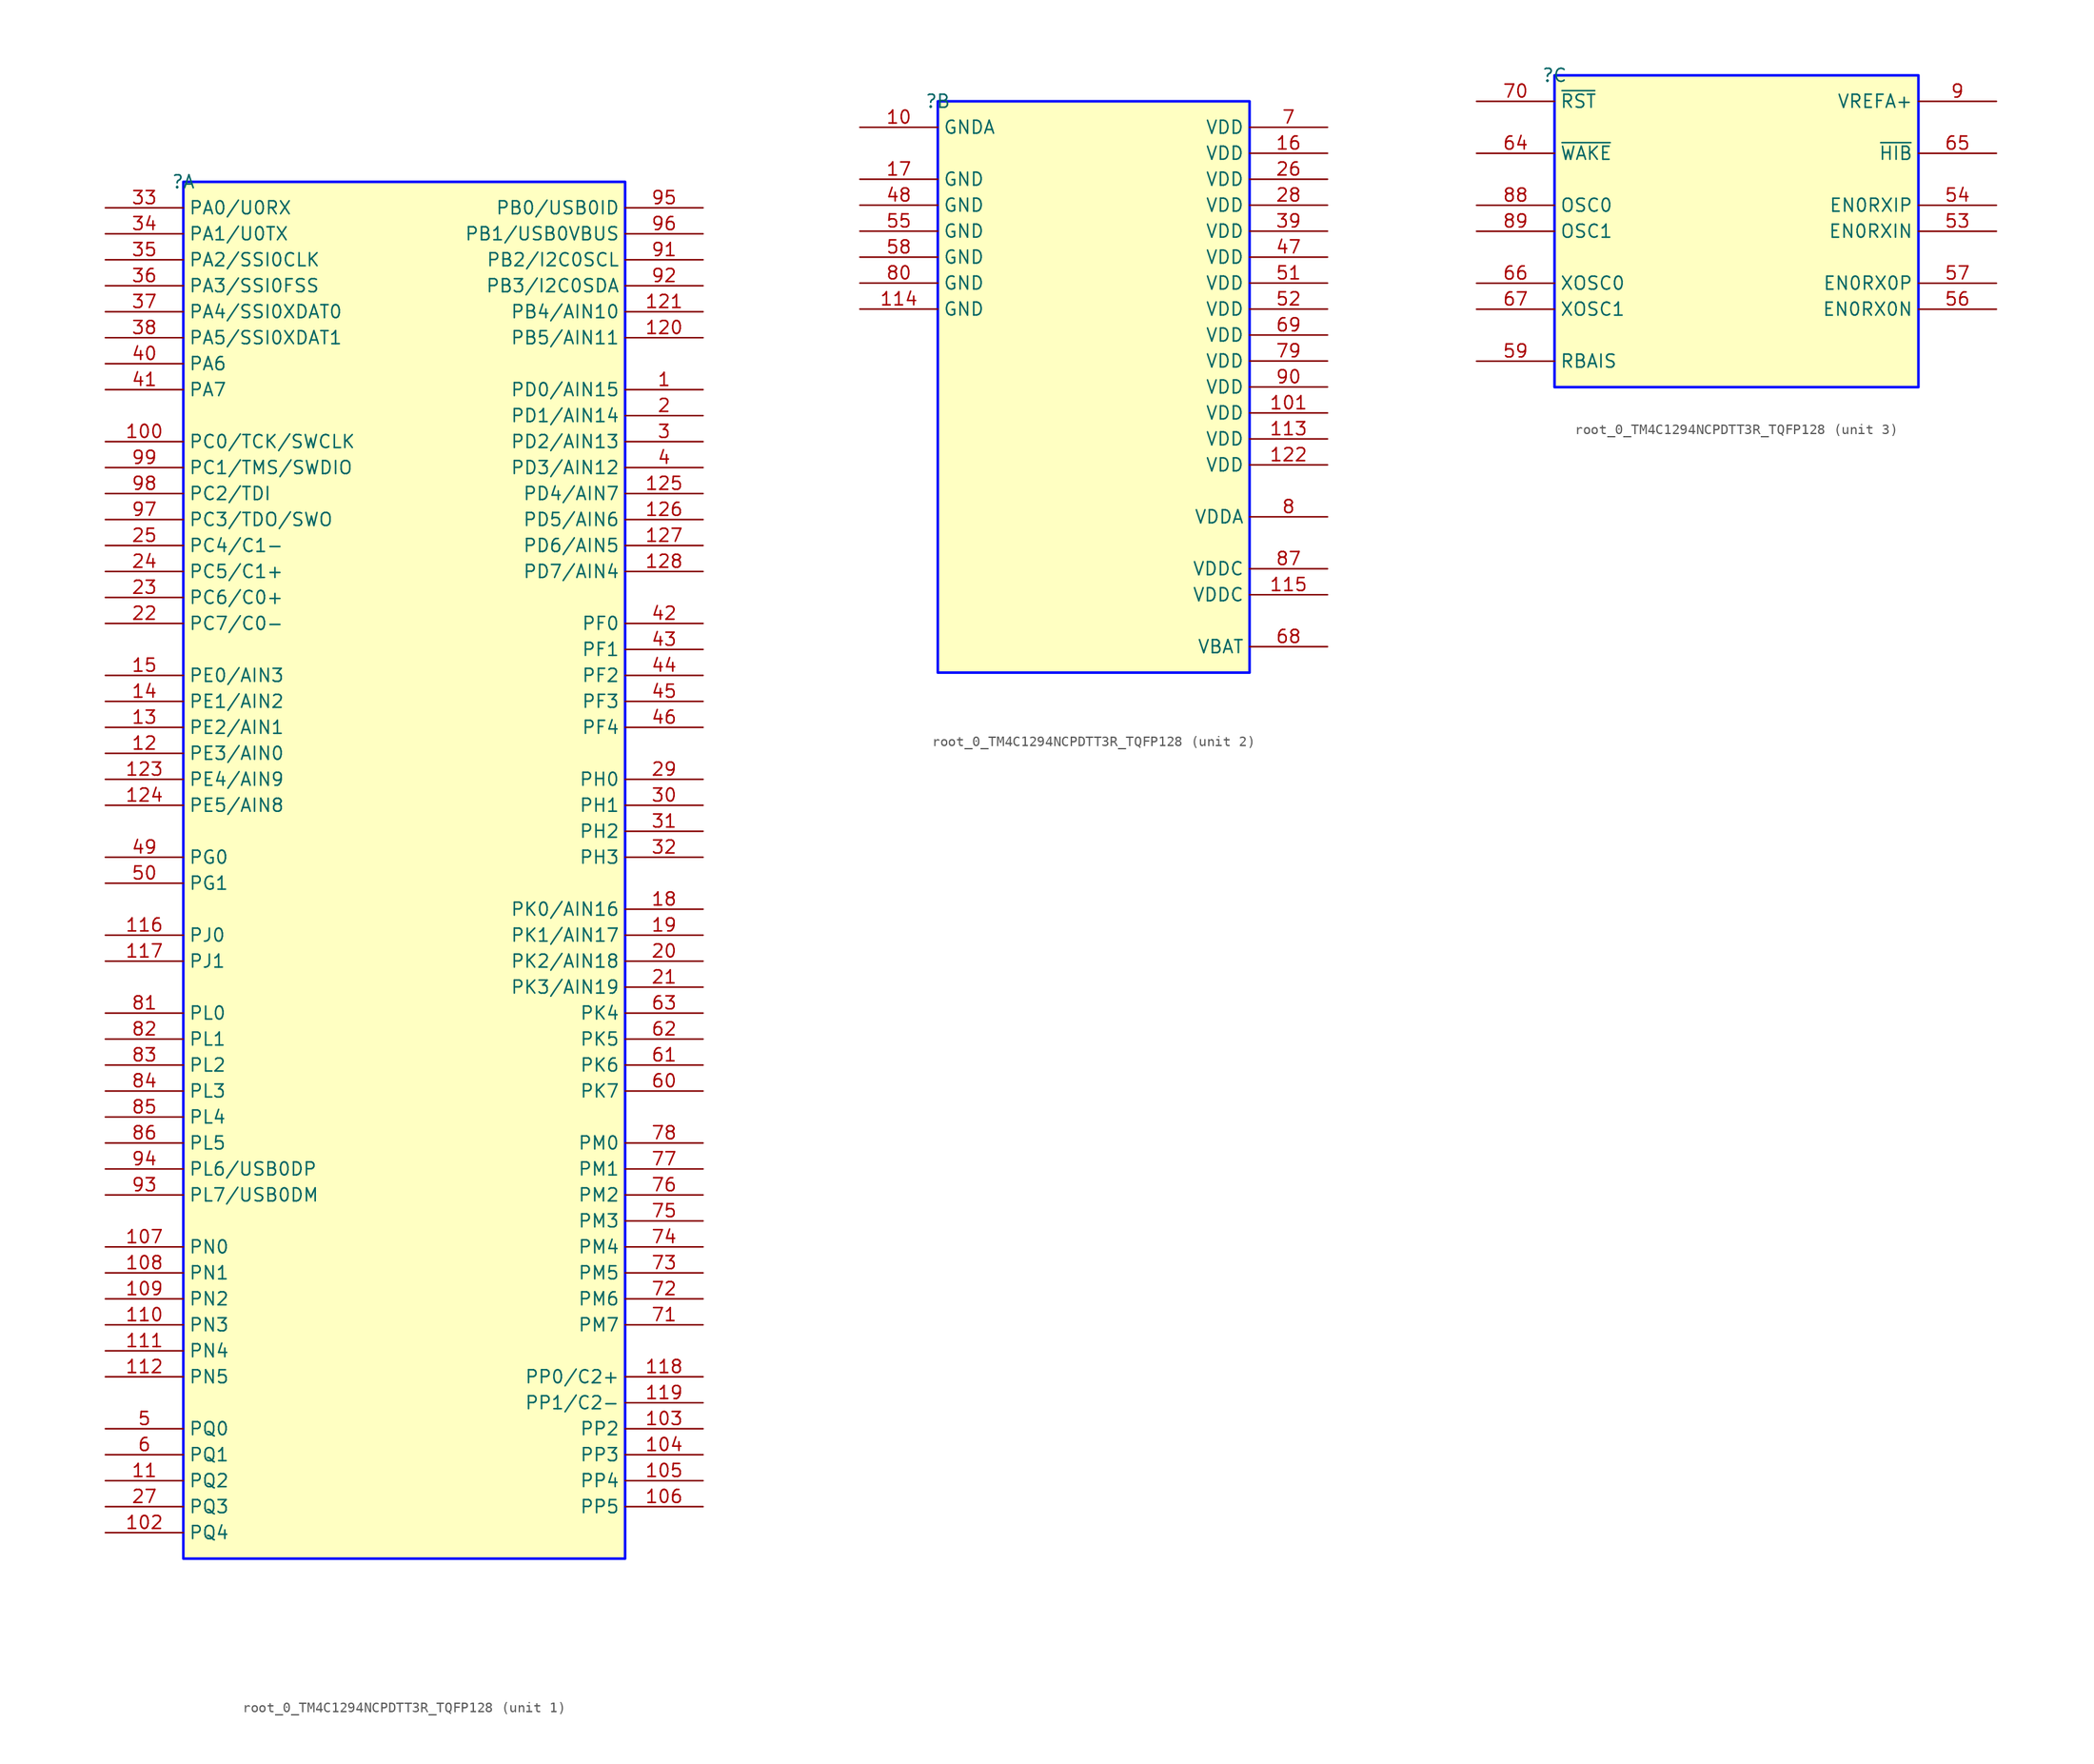
<source format=kicad_sym>
(kicad_symbol_lib
  (version 20231120)
  (generator "kicad_symbol_editor")
  (generator_version "8.0")
  (symbol "root_0_TM4C1294NCPDTT3R_TQFP128"
    (property "Reference" ""
      (at 0 0 0)
      (effects (font (size 1.27 1.27))))
    (property "Value" ""
      (at 0 0 0)
      (effects (font (size 1.27 1.27))))
    (symbol "root_0_TM4C1294NCPDTT3R_TQFP128_1_0"
      (rectangle (start 43.18 0) (end 0 -134.62) (stroke (width 0.254) (type solid) (color 0 11 255 1)) (fill (type background)))
      (pin bidirectional line (at 50.8 -20.32 180) (length 7.62) (name "PD0/AIN15" (effects (font (size 1.27 1.27)))) (number "1" (effects (font (size 1.27 1.27)))))
      (pin bidirectional line (at -7.62 -25.4 0) (length 7.62) (name "PC0/TCK/SWCLK" (effects (font (size 1.27 1.27)))) (number "100" (effects (font (size 1.27 1.27)))))
      (pin bidirectional line (at -7.62 -132.08 0) (length 7.62) (name "PQ4" (effects (font (size 1.27 1.27)))) (number "102" (effects (font (size 1.27 1.27)))))
      (pin bidirectional line (at 50.8 -121.92 180) (length 7.62) (name "PP2" (effects (font (size 1.27 1.27)))) (number "103" (effects (font (size 1.27 1.27)))))
      (pin bidirectional line (at 50.8 -124.46 180) (length 7.62) (name "PP3" (effects (font (size 1.27 1.27)))) (number "104" (effects (font (size 1.27 1.27)))))
      (pin bidirectional line (at 50.8 -127 180) (length 7.62) (name "PP4" (effects (font (size 1.27 1.27)))) (number "105" (effects (font (size 1.27 1.27)))))
      (pin bidirectional line (at 50.8 -129.54 180) (length 7.62) (name "PP5" (effects (font (size 1.27 1.27)))) (number "106" (effects (font (size 1.27 1.27)))))
      (pin bidirectional line (at -7.62 -104.14 0) (length 7.62) (name "PN0" (effects (font (size 1.27 1.27)))) (number "107" (effects (font (size 1.27 1.27)))))
      (pin bidirectional line (at -7.62 -106.68 0) (length 7.62) (name "PN1" (effects (font (size 1.27 1.27)))) (number "108" (effects (font (size 1.27 1.27)))))
      (pin bidirectional line (at -7.62 -109.22 0) (length 7.62) (name "PN2" (effects (font (size 1.27 1.27)))) (number "109" (effects (font (size 1.27 1.27)))))
      (pin bidirectional line (at -7.62 -127 0) (length 7.62) (name "PQ2" (effects (font (size 1.27 1.27)))) (number "11" (effects (font (size 1.27 1.27)))))
      (pin bidirectional line (at -7.62 -111.76 0) (length 7.62) (name "PN3" (effects (font (size 1.27 1.27)))) (number "110" (effects (font (size 1.27 1.27)))))
      (pin bidirectional line (at -7.62 -114.3 0) (length 7.62) (name "PN4" (effects (font (size 1.27 1.27)))) (number "111" (effects (font (size 1.27 1.27)))))
      (pin bidirectional line (at -7.62 -116.84 0) (length 7.62) (name "PN5" (effects (font (size 1.27 1.27)))) (number "112" (effects (font (size 1.27 1.27)))))
      (pin bidirectional line (at -7.62 -73.66 0) (length 7.62) (name "PJ0" (effects (font (size 1.27 1.27)))) (number "116" (effects (font (size 1.27 1.27)))))
      (pin bidirectional line (at -7.62 -76.2 0) (length 7.62) (name "PJ1" (effects (font (size 1.27 1.27)))) (number "117" (effects (font (size 1.27 1.27)))))
      (pin bidirectional line (at 50.8 -116.84 180) (length 7.62) (name "PP0/C2+" (effects (font (size 1.27 1.27)))) (number "118" (effects (font (size 1.27 1.27)))))
      (pin bidirectional line (at 50.8 -119.38 180) (length 7.62) (name "PP1/C2-" (effects (font (size 1.27 1.27)))) (number "119" (effects (font (size 1.27 1.27)))))
      (pin bidirectional line (at -7.62 -55.88 0) (length 7.62) (name "PE3/AIN0" (effects (font (size 1.27 1.27)))) (number "12" (effects (font (size 1.27 1.27)))))
      (pin bidirectional line (at 50.8 -15.24 180) (length 7.62) (name "PB5/AIN11" (effects (font (size 1.27 1.27)))) (number "120" (effects (font (size 1.27 1.27)))))
      (pin bidirectional line (at 50.8 -12.7 180) (length 7.62) (name "PB4/AIN10" (effects (font (size 1.27 1.27)))) (number "121" (effects (font (size 1.27 1.27)))))
      (pin bidirectional line (at -7.62 -58.42 0) (length 7.62) (name "PE4/AIN9" (effects (font (size 1.27 1.27)))) (number "123" (effects (font (size 1.27 1.27)))))
      (pin bidirectional line (at -7.62 -60.96 0) (length 7.62) (name "PE5/AIN8" (effects (font (size 1.27 1.27)))) (number "124" (effects (font (size 1.27 1.27)))))
      (pin bidirectional line (at 50.8 -30.48 180) (length 7.62) (name "PD4/AIN7" (effects (font (size 1.27 1.27)))) (number "125" (effects (font (size 1.27 1.27)))))
      (pin bidirectional line (at 50.8 -33.02 180) (length 7.62) (name "PD5/AIN6" (effects (font (size 1.27 1.27)))) (number "126" (effects (font (size 1.27 1.27)))))
      (pin bidirectional line (at 50.8 -35.56 180) (length 7.62) (name "PD6/AIN5" (effects (font (size 1.27 1.27)))) (number "127" (effects (font (size 1.27 1.27)))))
      (pin bidirectional line (at 50.8 -38.1 180) (length 7.62) (name "PD7/AIN4" (effects (font (size 1.27 1.27)))) (number "128" (effects (font (size 1.27 1.27)))))
      (pin bidirectional line (at -7.62 -53.34 0) (length 7.62) (name "PE2/AIN1" (effects (font (size 1.27 1.27)))) (number "13" (effects (font (size 1.27 1.27)))))
      (pin bidirectional line (at -7.62 -50.8 0) (length 7.62) (name "PE1/AIN2" (effects (font (size 1.27 1.27)))) (number "14" (effects (font (size 1.27 1.27)))))
      (pin bidirectional line (at -7.62 -48.26 0) (length 7.62) (name "PE0/AIN3" (effects (font (size 1.27 1.27)))) (number "15" (effects (font (size 1.27 1.27)))))
      (pin bidirectional line (at 50.8 -71.12 180) (length 7.62) (name "PK0/AIN16" (effects (font (size 1.27 1.27)))) (number "18" (effects (font (size 1.27 1.27)))))
      (pin bidirectional line (at 50.8 -73.66 180) (length 7.62) (name "PK1/AIN17" (effects (font (size 1.27 1.27)))) (number "19" (effects (font (size 1.27 1.27)))))
      (pin bidirectional line (at 50.8 -22.86 180) (length 7.62) (name "PD1/AIN14" (effects (font (size 1.27 1.27)))) (number "2" (effects (font (size 1.27 1.27)))))
      (pin bidirectional line (at 50.8 -76.2 180) (length 7.62) (name "PK2/AIN18" (effects (font (size 1.27 1.27)))) (number "20" (effects (font (size 1.27 1.27)))))
      (pin bidirectional line (at 50.8 -78.74 180) (length 7.62) (name "PK3/AIN19" (effects (font (size 1.27 1.27)))) (number "21" (effects (font (size 1.27 1.27)))))
      (pin bidirectional line (at -7.62 -43.18 0) (length 7.62) (name "PC7/C0-" (effects (font (size 1.27 1.27)))) (number "22" (effects (font (size 1.27 1.27)))))
      (pin bidirectional line (at -7.62 -40.64 0) (length 7.62) (name "PC6/C0+" (effects (font (size 1.27 1.27)))) (number "23" (effects (font (size 1.27 1.27)))))
      (pin bidirectional line (at -7.62 -38.1 0) (length 7.62) (name "PC5/C1+" (effects (font (size 1.27 1.27)))) (number "24" (effects (font (size 1.27 1.27)))))
      (pin bidirectional line (at -7.62 -35.56 0) (length 7.62) (name "PC4/C1-" (effects (font (size 1.27 1.27)))) (number "25" (effects (font (size 1.27 1.27)))))
      (pin bidirectional line (at -7.62 -129.54 0) (length 7.62) (name "PQ3" (effects (font (size 1.27 1.27)))) (number "27" (effects (font (size 1.27 1.27)))))
      (pin bidirectional line (at 50.8 -58.42 180) (length 7.62) (name "PH0" (effects (font (size 1.27 1.27)))) (number "29" (effects (font (size 1.27 1.27)))))
      (pin bidirectional line (at 50.8 -25.4 180) (length 7.62) (name "PD2/AIN13" (effects (font (size 1.27 1.27)))) (number "3" (effects (font (size 1.27 1.27)))))
      (pin bidirectional line (at 50.8 -60.96 180) (length 7.62) (name "PH1" (effects (font (size 1.27 1.27)))) (number "30" (effects (font (size 1.27 1.27)))))
      (pin bidirectional line (at 50.8 -63.5 180) (length 7.62) (name "PH2" (effects (font (size 1.27 1.27)))) (number "31" (effects (font (size 1.27 1.27)))))
      (pin bidirectional line (at 50.8 -66.04 180) (length 7.62) (name "PH3" (effects (font (size 1.27 1.27)))) (number "32" (effects (font (size 1.27 1.27)))))
      (pin bidirectional line (at -7.62 -2.54 0) (length 7.62) (name "PA0/U0RX" (effects (font (size 1.27 1.27)))) (number "33" (effects (font (size 1.27 1.27)))))
      (pin bidirectional line (at -7.62 -5.08 0) (length 7.62) (name "PA1/U0TX" (effects (font (size 1.27 1.27)))) (number "34" (effects (font (size 1.27 1.27)))))
      (pin bidirectional line (at -7.62 -7.62 0) (length 7.62) (name "PA2/SSI0CLK" (effects (font (size 1.27 1.27)))) (number "35" (effects (font (size 1.27 1.27)))))
      (pin bidirectional line (at -7.62 -10.16 0) (length 7.62) (name "PA3/SSI0FSS" (effects (font (size 1.27 1.27)))) (number "36" (effects (font (size 1.27 1.27)))))
      (pin bidirectional line (at -7.62 -12.7 0) (length 7.62) (name "PA4/SSI0XDAT0" (effects (font (size 1.27 1.27)))) (number "37" (effects (font (size 1.27 1.27)))))
      (pin bidirectional line (at -7.62 -15.24 0) (length 7.62) (name "PA5/SSI0XDAT1" (effects (font (size 1.27 1.27)))) (number "38" (effects (font (size 1.27 1.27)))))
      (pin bidirectional line (at 50.8 -27.94 180) (length 7.62) (name "PD3/AIN12" (effects (font (size 1.27 1.27)))) (number "4" (effects (font (size 1.27 1.27)))))
      (pin bidirectional line (at -7.62 -17.78 0) (length 7.62) (name "PA6" (effects (font (size 1.27 1.27)))) (number "40" (effects (font (size 1.27 1.27)))))
      (pin bidirectional line (at -7.62 -20.32 0) (length 7.62) (name "PA7" (effects (font (size 1.27 1.27)))) (number "41" (effects (font (size 1.27 1.27)))))
      (pin bidirectional line (at 50.8 -43.18 180) (length 7.62) (name "PF0" (effects (font (size 1.27 1.27)))) (number "42" (effects (font (size 1.27 1.27)))))
      (pin bidirectional line (at 50.8 -45.72 180) (length 7.62) (name "PF1" (effects (font (size 1.27 1.27)))) (number "43" (effects (font (size 1.27 1.27)))))
      (pin bidirectional line (at 50.8 -48.26 180) (length 7.62) (name "PF2" (effects (font (size 1.27 1.27)))) (number "44" (effects (font (size 1.27 1.27)))))
      (pin bidirectional line (at 50.8 -50.8 180) (length 7.62) (name "PF3" (effects (font (size 1.27 1.27)))) (number "45" (effects (font (size 1.27 1.27)))))
      (pin bidirectional line (at 50.8 -53.34 180) (length 7.62) (name "PF4" (effects (font (size 1.27 1.27)))) (number "46" (effects (font (size 1.27 1.27)))))
      (pin bidirectional line (at -7.62 -66.04 0) (length 7.62) (name "PG0" (effects (font (size 1.27 1.27)))) (number "49" (effects (font (size 1.27 1.27)))))
      (pin bidirectional line (at -7.62 -121.92 0) (length 7.62) (name "PQ0" (effects (font (size 1.27 1.27)))) (number "5" (effects (font (size 1.27 1.27)))))
      (pin bidirectional line (at -7.62 -68.58 0) (length 7.62) (name "PG1" (effects (font (size 1.27 1.27)))) (number "50" (effects (font (size 1.27 1.27)))))
      (pin bidirectional line (at -7.62 -124.46 0) (length 7.62) (name "PQ1" (effects (font (size 1.27 1.27)))) (number "6" (effects (font (size 1.27 1.27)))))
      (pin bidirectional line (at 50.8 -88.9 180) (length 7.62) (name "PK7" (effects (font (size 1.27 1.27)))) (number "60" (effects (font (size 1.27 1.27)))))
      (pin bidirectional line (at 50.8 -86.36 180) (length 7.62) (name "PK6" (effects (font (size 1.27 1.27)))) (number "61" (effects (font (size 1.27 1.27)))))
      (pin bidirectional line (at 50.8 -83.82 180) (length 7.62) (name "PK5" (effects (font (size 1.27 1.27)))) (number "62" (effects (font (size 1.27 1.27)))))
      (pin bidirectional line (at 50.8 -81.28 180) (length 7.62) (name "PK4" (effects (font (size 1.27 1.27)))) (number "63" (effects (font (size 1.27 1.27)))))
      (pin bidirectional line (at 50.8 -111.76 180) (length 7.62) (name "PM7" (effects (font (size 1.27 1.27)))) (number "71" (effects (font (size 1.27 1.27)))))
      (pin bidirectional line (at 50.8 -109.22 180) (length 7.62) (name "PM6" (effects (font (size 1.27 1.27)))) (number "72" (effects (font (size 1.27 1.27)))))
      (pin bidirectional line (at 50.8 -106.68 180) (length 7.62) (name "PM5" (effects (font (size 1.27 1.27)))) (number "73" (effects (font (size 1.27 1.27)))))
      (pin bidirectional line (at 50.8 -104.14 180) (length 7.62) (name "PM4" (effects (font (size 1.27 1.27)))) (number "74" (effects (font (size 1.27 1.27)))))
      (pin bidirectional line (at 50.8 -101.6 180) (length 7.62) (name "PM3" (effects (font (size 1.27 1.27)))) (number "75" (effects (font (size 1.27 1.27)))))
      (pin bidirectional line (at 50.8 -99.06 180) (length 7.62) (name "PM2" (effects (font (size 1.27 1.27)))) (number "76" (effects (font (size 1.27 1.27)))))
      (pin bidirectional line (at 50.8 -96.52 180) (length 7.62) (name "PM1" (effects (font (size 1.27 1.27)))) (number "77" (effects (font (size 1.27 1.27)))))
      (pin bidirectional line (at 50.8 -93.98 180) (length 7.62) (name "PM0" (effects (font (size 1.27 1.27)))) (number "78" (effects (font (size 1.27 1.27)))))
      (pin bidirectional line (at -7.62 -81.28 0) (length 7.62) (name "PL0" (effects (font (size 1.27 1.27)))) (number "81" (effects (font (size 1.27 1.27)))))
      (pin bidirectional line (at -7.62 -83.82 0) (length 7.62) (name "PL1" (effects (font (size 1.27 1.27)))) (number "82" (effects (font (size 1.27 1.27)))))
      (pin bidirectional line (at -7.62 -86.36 0) (length 7.62) (name "PL2" (effects (font (size 1.27 1.27)))) (number "83" (effects (font (size 1.27 1.27)))))
      (pin bidirectional line (at -7.62 -88.9 0) (length 7.62) (name "PL3" (effects (font (size 1.27 1.27)))) (number "84" (effects (font (size 1.27 1.27)))))
      (pin bidirectional line (at -7.62 -91.44 0) (length 7.62) (name "PL4" (effects (font (size 1.27 1.27)))) (number "85" (effects (font (size 1.27 1.27)))))
      (pin bidirectional line (at -7.62 -93.98 0) (length 7.62) (name "PL5" (effects (font (size 1.27 1.27)))) (number "86" (effects (font (size 1.27 1.27)))))
      (pin bidirectional line (at 50.8 -7.62 180) (length 7.62) (name "PB2/I2C0SCL" (effects (font (size 1.27 1.27)))) (number "91" (effects (font (size 1.27 1.27)))))
      (pin bidirectional line (at 50.8 -10.16 180) (length 7.62) (name "PB3/I2C0SDA" (effects (font (size 1.27 1.27)))) (number "92" (effects (font (size 1.27 1.27)))))
      (pin bidirectional line (at -7.62 -99.06 0) (length 7.62) (name "PL7/USB0DM" (effects (font (size 1.27 1.27)))) (number "93" (effects (font (size 1.27 1.27)))))
      (pin bidirectional line (at -7.62 -96.52 0) (length 7.62) (name "PL6/USB0DP" (effects (font (size 1.27 1.27)))) (number "94" (effects (font (size 1.27 1.27)))))
      (pin bidirectional line (at 50.8 -2.54 180) (length 7.62) (name "PB0/USB0ID" (effects (font (size 1.27 1.27)))) (number "95" (effects (font (size 1.27 1.27)))))
      (pin bidirectional line (at 50.8 -5.08 180) (length 7.62) (name "PB1/USB0VBUS" (effects (font (size 1.27 1.27)))) (number "96" (effects (font (size 1.27 1.27)))))
      (pin bidirectional line (at -7.62 -33.02 0) (length 7.62) (name "PC3/TDO/SWO" (effects (font (size 1.27 1.27)))) (number "97" (effects (font (size 1.27 1.27)))))
      (pin bidirectional line (at -7.62 -30.48 0) (length 7.62) (name "PC2/TDI" (effects (font (size 1.27 1.27)))) (number "98" (effects (font (size 1.27 1.27)))))
      (pin bidirectional line (at -7.62 -27.94 0) (length 7.62) (name "PC1/TMS/SWDIO" (effects (font (size 1.27 1.27)))) (number "99" (effects (font (size 1.27 1.27))))))
    (symbol "root_0_TM4C1294NCPDTT3R_TQFP128_2_0"
      (rectangle (start 30.48 0) (end 0 -55.88) (stroke (width 0.254) (type solid) (color 0 11 255 1)) (fill (type background)))
      (pin power_in line (at -7.62 -2.54 0) (length 7.62) (name "GNDA" (effects (font (size 1.27 1.27)))) (number "10" (effects (font (size 1.27 1.27)))))
      (pin power_in line (at 38.1 -30.48 180) (length 7.62) (name "VDD" (effects (font (size 1.27 1.27)))) (number "101" (effects (font (size 1.27 1.27)))))
      (pin power_in line (at 38.1 -33.02 180) (length 7.62) (name "VDD" (effects (font (size 1.27 1.27)))) (number "113" (effects (font (size 1.27 1.27)))))
      (pin power_in line (at -7.62 -20.32 0) (length 7.62) (name "GND" (effects (font (size 1.27 1.27)))) (number "114" (effects (font (size 1.27 1.27)))))
      (pin power_in line (at 38.1 -48.26 180) (length 7.62) (name "VDDC" (effects (font (size 1.27 1.27)))) (number "115" (effects (font (size 1.27 1.27)))))
      (pin power_in line (at 38.1 -35.56 180) (length 7.62) (name "VDD" (effects (font (size 1.27 1.27)))) (number "122" (effects (font (size 1.27 1.27)))))
      (pin power_in line (at 38.1 -5.08 180) (length 7.62) (name "VDD" (effects (font (size 1.27 1.27)))) (number "16" (effects (font (size 1.27 1.27)))))
      (pin power_in line (at -7.62 -7.62 0) (length 7.62) (name "GND" (effects (font (size 1.27 1.27)))) (number "17" (effects (font (size 1.27 1.27)))))
      (pin power_in line (at 38.1 -7.62 180) (length 7.62) (name "VDD" (effects (font (size 1.27 1.27)))) (number "26" (effects (font (size 1.27 1.27)))))
      (pin power_in line (at 38.1 -10.16 180) (length 7.62) (name "VDD" (effects (font (size 1.27 1.27)))) (number "28" (effects (font (size 1.27 1.27)))))
      (pin power_in line (at 38.1 -12.7 180) (length 7.62) (name "VDD" (effects (font (size 1.27 1.27)))) (number "39" (effects (font (size 1.27 1.27)))))
      (pin power_in line (at 38.1 -15.24 180) (length 7.62) (name "VDD" (effects (font (size 1.27 1.27)))) (number "47" (effects (font (size 1.27 1.27)))))
      (pin power_in line (at -7.62 -10.16 0) (length 7.62) (name "GND" (effects (font (size 1.27 1.27)))) (number "48" (effects (font (size 1.27 1.27)))))
      (pin power_in line (at 38.1 -17.78 180) (length 7.62) (name "VDD" (effects (font (size 1.27 1.27)))) (number "51" (effects (font (size 1.27 1.27)))))
      (pin power_in line (at 38.1 -20.32 180) (length 7.62) (name "VDD" (effects (font (size 1.27 1.27)))) (number "52" (effects (font (size 1.27 1.27)))))
      (pin power_in line (at -7.62 -12.7 0) (length 7.62) (name "GND" (effects (font (size 1.27 1.27)))) (number "55" (effects (font (size 1.27 1.27)))))
      (pin power_in line (at -7.62 -15.24 0) (length 7.62) (name "GND" (effects (font (size 1.27 1.27)))) (number "58" (effects (font (size 1.27 1.27)))))
      (pin power_in line (at 38.1 -53.34 180) (length 7.62) (name "VBAT" (effects (font (size 1.27 1.27)))) (number "68" (effects (font (size 1.27 1.27)))))
      (pin power_in line (at 38.1 -22.86 180) (length 7.62) (name "VDD" (effects (font (size 1.27 1.27)))) (number "69" (effects (font (size 1.27 1.27)))))
      (pin power_in line (at 38.1 -2.54 180) (length 7.62) (name "VDD" (effects (font (size 1.27 1.27)))) (number "7" (effects (font (size 1.27 1.27)))))
      (pin power_in line (at 38.1 -25.4 180) (length 7.62) (name "VDD" (effects (font (size 1.27 1.27)))) (number "79" (effects (font (size 1.27 1.27)))))
      (pin power_in line (at 38.1 -40.64 180) (length 7.62) (name "VDDA" (effects (font (size 1.27 1.27)))) (number "8" (effects (font (size 1.27 1.27)))))
      (pin power_in line (at -7.62 -17.78 0) (length 7.62) (name "GND" (effects (font (size 1.27 1.27)))) (number "80" (effects (font (size 1.27 1.27)))))
      (pin power_in line (at 38.1 -45.72 180) (length 7.62) (name "VDDC" (effects (font (size 1.27 1.27)))) (number "87" (effects (font (size 1.27 1.27)))))
      (pin power_in line (at 38.1 -27.94 180) (length 7.62) (name "VDD" (effects (font (size 1.27 1.27)))) (number "90" (effects (font (size 1.27 1.27))))))
    (symbol "root_0_TM4C1294NCPDTT3R_TQFP128_3_0"
      (rectangle (start 35.56 0) (end 0 -30.48) (stroke (width 0.254) (type solid) (color 0 11 255 1)) (fill (type background)))
      (pin passive line (at 43.18 -15.24 180) (length 7.62) (name "EN0RXIN" (effects (font (size 1.27 1.27)))) (number "53" (effects (font (size 1.27 1.27)))))
      (pin passive line (at 43.18 -12.7 180) (length 7.62) (name "EN0RXIP" (effects (font (size 1.27 1.27)))) (number "54" (effects (font (size 1.27 1.27)))))
      (pin passive line (at 43.18 -22.86 180) (length 7.62) (name "EN0RX0N" (effects (font (size 1.27 1.27)))) (number "56" (effects (font (size 1.27 1.27)))))
      (pin passive line (at 43.18 -20.32 180) (length 7.62) (name "EN0RX0P" (effects (font (size 1.27 1.27)))) (number "57" (effects (font (size 1.27 1.27)))))
      (pin passive line (at -7.62 -27.94 0) (length 7.62) (name "RBAIS" (effects (font (size 1.27 1.27)))) (number "59" (effects (font (size 1.27 1.27)))))
      (pin passive line (at -7.62 -7.62 0) (length 7.62) (name "~{WAKE}" (effects (font (size 1.27 1.27)))) (number "64" (effects (font (size 1.27 1.27)))))
      (pin passive line (at 43.18 -7.62 180) (length 7.62) (name "~{HIB}" (effects (font (size 1.27 1.27)))) (number "65" (effects (font (size 1.27 1.27)))))
      (pin input line (at -7.62 -20.32 0) (length 7.62) (name "XOSC0" (effects (font (size 1.27 1.27)))) (number "66" (effects (font (size 1.27 1.27)))))
      (pin output line (at -7.62 -22.86 0) (length 7.62) (name "XOSC1" (effects (font (size 1.27 1.27)))) (number "67" (effects (font (size 1.27 1.27)))))
      (pin passive line (at -7.62 -2.54 0) (length 7.62) (name "~{RST}" (effects (font (size 1.27 1.27)))) (number "70" (effects (font (size 1.27 1.27)))))
      (pin input line (at -7.62 -12.7 0) (length 7.62) (name "OSC0" (effects (font (size 1.27 1.27)))) (number "88" (effects (font (size 1.27 1.27)))))
      (pin output line (at -7.62 -15.24 0) (length 7.62) (name "OSC1" (effects (font (size 1.27 1.27)))) (number "89" (effects (font (size 1.27 1.27)))))
      (pin passive line (at 43.18 -2.54 180) (length 7.62) (name "VREFA+" (effects (font (size 1.27 1.27)))) (number "9" (effects (font (size 1.27 1.27))))))))
</source>
